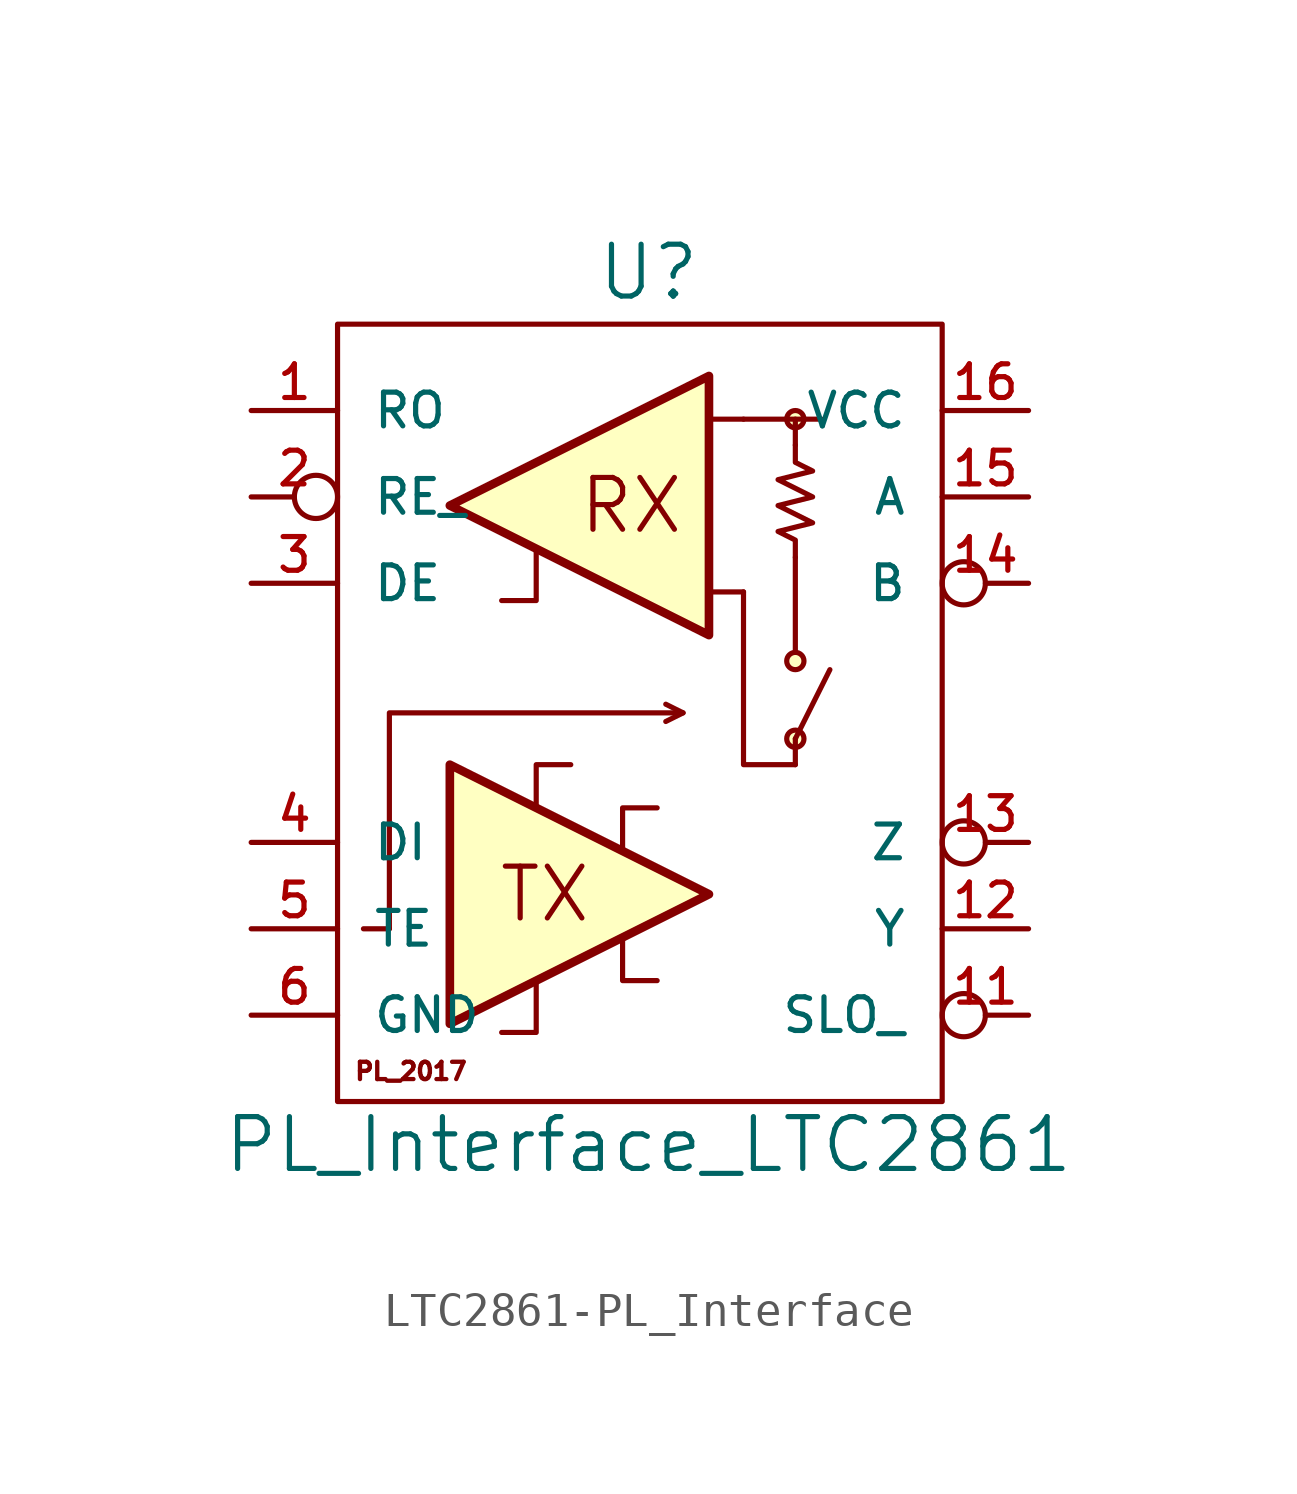
<source format=kicad_sym>
(kicad_symbol_lib
  (version 20220914)
  (generator kicad_symbol_editor)
  (symbol "LTC2861-PL_Interface"
    (pin_names
      (offset 1.016))
    (property "Reference" "U"
      (at 0.254 12.954 0)
      (effects (font (size 1.524 1.524))))
    (property "Value" "PL_Interface_LTC2861"
      (at 0.254 -12.7 0)
      (effects (font (size 1.524 1.524))))
    (symbol "LTC2861-PL_Interface_0_0"
      (text "PL_2017" (at -6.731 -10.541 0) (effects (font (size 0.508 0.508))))
      (text "RX" (at -0.254 6.096 0) (effects (font (size 1.524 1.524))))
      (text "TX" (at -2.794 -5.334 0) (effects (font (size 1.524 1.524)))))
    (symbol "LTC2861-PL_Interface_0_1"
      (polyline (pts (xy -7.366 -6.35) (xy -8.128 -6.35)) (stroke (width 0) (type solid)) (fill (type none)))
      (polyline (pts (xy 3.048 3.556) (xy 2.032 3.556)) (stroke (width 0) (type solid)) (fill (type none)))
      (polyline (pts (xy 3.048 8.636) (xy 2.032 8.636)) (stroke (width 0) (type solid)) (fill (type none)))
      (polyline (pts (xy 4.572 -0.762) (xy 4.572 -1.524)) (stroke (width 0) (type solid)) (fill (type none)))
      (polyline (pts (xy 4.572 -0.762) (xy 5.588 1.27)) (stroke (width 0) (type solid)) (fill (type none)))
      (polyline (pts (xy 4.572 1.778) (xy 4.572 4.572)) (stroke (width 0) (type solid)) (fill (type none)))
      (polyline (pts (xy 4.572 8.636) (xy 5.334 8.636)) (stroke (width 0) (type solid)) (fill (type none)))
      (polyline (pts (xy -3.048 4.826) (xy -3.048 3.302) (xy -4.064 3.302)) (stroke (width 0) (type solid)) (fill (type none)))
      (polyline (pts (xy 0.762 0.254) (xy 1.27 0) (xy 0.762 -0.254)) (stroke (width 0) (type solid)) (fill (type none)))
      (polyline (pts (xy 3.048 3.556) (xy 3.048 -1.524) (xy 4.572 -1.524)) (stroke (width 0) (type solid)) (fill (type none)))
      (polyline (pts (xy 3.048 8.636) (xy 4.572 8.636) (xy 4.572 7.874)) (stroke (width 0) (type solid)) (fill (type none)))
      (polyline (pts (xy -4.064 -9.398) (xy -3.048 -9.398) (xy -3.048 -7.874) (xy -3.048 -7.874)) (stroke (width 0) (type solid)) (fill (type none)))
      (polyline (pts (xy -2.032 -1.524) (xy -3.048 -1.524) (xy -3.048 -2.794) (xy -3.048 -2.794)) (stroke (width 0) (type solid)) (fill (type none)))
      (polyline (pts (xy 0.508 -7.874) (xy -0.508 -7.874) (xy -0.508 -6.604) (xy -0.508 -6.604)) (stroke (width 0) (type solid)) (fill (type none)))
      (polyline (pts (xy 0.508 -2.794) (xy -0.508 -2.794) (xy -0.508 -4.064) (xy -0.508 -4.064)) (stroke (width 0) (type solid)) (fill (type none)))
      (polyline (pts (xy -7.366 -6.35) (xy -7.366 -1.27) (xy -7.366 0) (xy -5.08 0) (xy 1.27 0)) (stroke (width 0) (type solid)) (fill (type none)))
      (polyline (pts (xy -5.588 -1.524) (xy -5.588 -9.144) (xy 2.032 -5.334) (xy -5.588 -1.524) (xy -5.588 -1.524)) (stroke (width 0.254) (type solid)) (fill (type background)))
      (polyline (pts (xy 2.032 9.906) (xy 2.032 2.286) (xy -5.588 6.096) (xy 2.032 9.906) (xy 2.032 9.906)) (stroke (width 0.254) (type solid)) (fill (type background)))
      (polyline (pts (xy 4.572 4.572) (xy 4.572 5.08) (xy 4.064 5.334) (xy 5.08 5.588) (xy 4.064 6.096) (xy 5.08 6.35) (xy 4.064 6.858) (xy 5.08 7.112) (xy 4.572 7.366) (xy 4.572 7.874)) (stroke (width 0) (type solid)) (fill (type none)))
      (circle (center 4.572 -0.762) (radius 0.254) (stroke (width 0) (type solid)) (fill (type background)))
      (circle (center 4.572 1.524) (radius 0.254) (stroke (width 0) (type solid)) (fill (type background)))
      (circle (center 4.572 8.636) (radius 0.254) (stroke (width 0) (type solid)) (fill (type background)))
      (rectangle (start 8.89 11.43) (end -8.89 -11.43) (stroke (width 0) (type solid)) (fill (type none))))
    (symbol "LTC2861-PL_Interface_1_1"
      (pin output line (at -11.43 8.89 0) (length 2.54) (name "RO" (effects (font (size 0.991 0.991)))) (number "1" (effects (font (size 0.991 0.991)))))
      (pin input inverted (at 11.43 -8.89 180) (length 2.54) (name "SLO_" (effects (font (size 0.991 0.991)))) (number "11" (effects (font (size 0.991 0.991)))))
      (pin output line (at 11.43 -6.35 180) (length 2.54) (name "Y" (effects (font (size 0.991 0.991)))) (number "12" (effects (font (size 0.991 0.991)))))
      (pin output inverted (at 11.43 -3.81 180) (length 2.54) (name "Z" (effects (font (size 0.991 0.991)))) (number "13" (effects (font (size 0.991 0.991)))))
      (pin input inverted (at 11.43 3.81 180) (length 2.54) (name "B" (effects (font (size 0.991 0.991)))) (number "14" (effects (font (size 0.991 0.991)))))
      (pin input line (at 11.43 6.35 180) (length 2.54) (name "A" (effects (font (size 0.991 0.991)))) (number "15" (effects (font (size 0.991 0.991)))))
      (pin power_in line (at 11.43 8.89 180) (length 2.54) (name "VCC" (effects (font (size 0.991 0.991)))) (number "16" (effects (font (size 0.991 0.991)))))
      (pin input inverted (at -11.43 6.35 0) (length 2.54) (name "RE_" (effects (font (size 0.991 0.991)))) (number "2" (effects (font (size 0.991 0.991)))))
      (pin input line (at -11.43 3.81 0) (length 2.54) (name "DE" (effects (font (size 0.991 0.991)))) (number "3" (effects (font (size 0.991 0.991)))))
      (pin input line (at -11.43 -3.81 0) (length 2.54) (name "DI" (effects (font (size 0.991 0.991)))) (number "4" (effects (font (size 0.991 0.991)))))
      (pin input line (at -11.43 -6.35 0) (length 2.54) (name "TE" (effects (font (size 0.991 0.991)))) (number "5" (effects (font (size 0.991 0.991)))))
      (pin power_in line (at -11.43 -8.89 0) (length 2.54) (name "GND" (effects (font (size 0.991 0.991)))) (number "6" (effects (font (size 0.991 0.991))))))))
</source>
